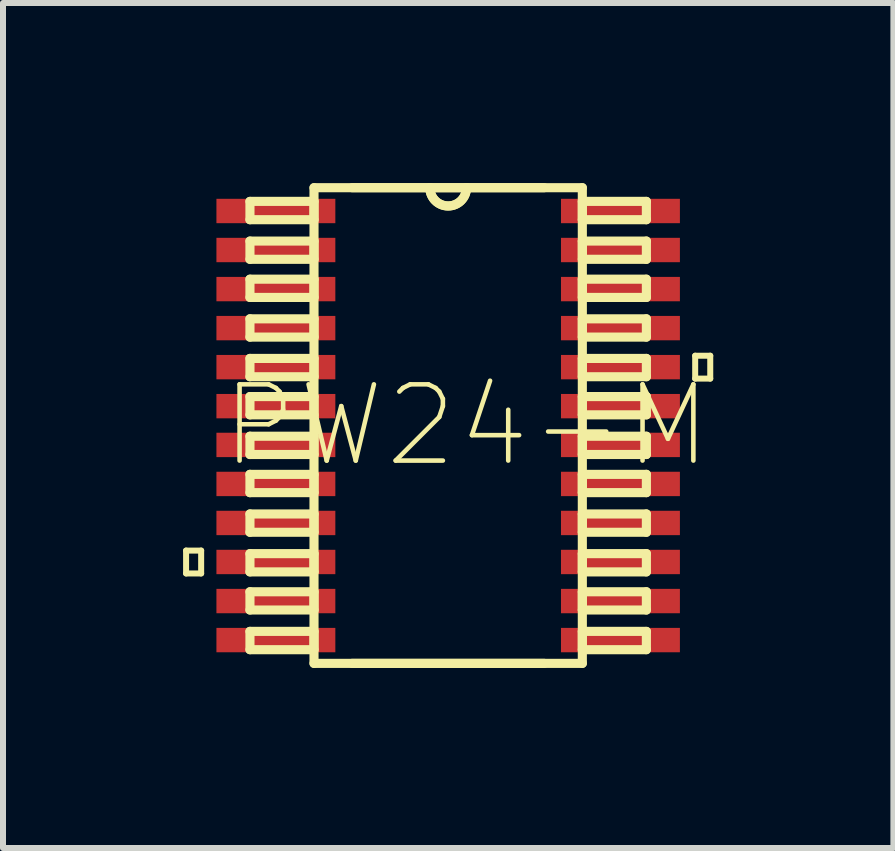
<source format=kicad_pcb>
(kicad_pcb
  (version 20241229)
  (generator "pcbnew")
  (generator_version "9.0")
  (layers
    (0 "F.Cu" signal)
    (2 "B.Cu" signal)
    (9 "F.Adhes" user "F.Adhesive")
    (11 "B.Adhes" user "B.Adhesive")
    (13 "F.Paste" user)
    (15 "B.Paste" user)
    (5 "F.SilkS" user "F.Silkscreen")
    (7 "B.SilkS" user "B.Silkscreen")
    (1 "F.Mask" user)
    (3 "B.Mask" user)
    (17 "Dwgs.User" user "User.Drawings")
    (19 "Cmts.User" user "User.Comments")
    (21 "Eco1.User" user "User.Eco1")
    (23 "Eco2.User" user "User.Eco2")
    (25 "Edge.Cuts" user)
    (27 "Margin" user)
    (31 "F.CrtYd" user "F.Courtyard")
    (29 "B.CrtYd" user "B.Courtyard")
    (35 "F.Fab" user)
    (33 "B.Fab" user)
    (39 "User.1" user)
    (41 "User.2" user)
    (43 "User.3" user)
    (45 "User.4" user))
  (footprint "PW24-M"
    (layer "F.Cu")
    (at 4.416 4.039)
    (property "Reference" "PW24-M" (at 0.305 0 0) (layer "F.SilkS") (effects (font (size 1.27 1.27) (thickness 0.076))))
    (attr smd)
    (fp_line (start -4.366 2.083) (end -4.366 2.464) (stroke (width 0.1) (type solid)) (layer "F.SilkS"))
    (fp_line (start -4.366 2.464) (end -4.115 2.464) (stroke (width 0.1) (type solid)) (layer "F.SilkS"))
    (fp_line (start -4.115 2.083) (end -4.366 2.083) (stroke (width 0.1) (type solid)) (layer "F.SilkS"))
    (fp_line (start -4.115 2.464) (end -4.115 2.083) (stroke (width 0.1) (type solid)) (layer "F.SilkS"))
    (fp_line (start -3.302 -3.734) (end -3.302 -3.429) (stroke (width 0.152) (type solid)) (layer "F.SilkS"))
    (fp_line (start -3.302 -3.429) (end -2.235 -3.429) (stroke (width 0.152) (type solid)) (layer "F.SilkS"))
    (fp_line (start -3.302 -3.073) (end -3.302 -2.769) (stroke (width 0.152) (type solid)) (layer "F.SilkS"))
    (fp_line (start -3.302 -2.769) (end -2.235 -2.769) (stroke (width 0.152) (type solid)) (layer "F.SilkS"))
    (fp_line (start -3.302 -2.438) (end -3.302 -2.134) (stroke (width 0.152) (type solid)) (layer "F.SilkS"))
    (fp_line (start -3.302 -2.134) (end -2.235 -2.134) (stroke (width 0.152) (type solid)) (layer "F.SilkS"))
    (fp_line (start -3.302 -1.778) (end -3.302 -1.473) (stroke (width 0.152) (type solid)) (layer "F.SilkS"))
    (fp_line (start -3.302 -1.473) (end -2.235 -1.473) (stroke (width 0.152) (type solid)) (layer "F.SilkS"))
    (fp_line (start -3.302 -1.118) (end -3.302 -0.813) (stroke (width 0.152) (type solid)) (layer "F.SilkS"))
    (fp_line (start -3.302 -0.813) (end -2.235 -0.813) (stroke (width 0.152) (type solid)) (layer "F.SilkS"))
    (fp_line (start -3.302 -0.483) (end -3.302 -0.178) (stroke (width 0.152) (type solid)) (layer "F.SilkS"))
    (fp_line (start -3.302 -0.178) (end -2.235 -0.178) (stroke (width 0.152) (type solid)) (layer "F.SilkS"))
    (fp_line (start -3.302 0.178) (end -3.302 0.483) (stroke (width 0.152) (type solid)) (layer "F.SilkS"))
    (fp_line (start -3.302 0.483) (end -2.235 0.483) (stroke (width 0.152) (type solid)) (layer "F.SilkS"))
    (fp_line (start -3.302 0.813) (end -3.302 1.118) (stroke (width 0.152) (type solid)) (layer "F.SilkS"))
    (fp_line (start -3.302 1.118) (end -2.235 1.118) (stroke (width 0.152) (type solid)) (layer "F.SilkS"))
    (fp_line (start -3.302 1.473) (end -3.302 1.778) (stroke (width 0.152) (type solid)) (layer "F.SilkS"))
    (fp_line (start -3.302 1.778) (end -2.235 1.778) (stroke (width 0.152) (type solid)) (layer "F.SilkS"))
    (fp_line (start -3.302 2.134) (end -3.302 2.438) (stroke (width 0.152) (type solid)) (layer "F.SilkS"))
    (fp_line (start -3.302 2.438) (end -2.235 2.438) (stroke (width 0.152) (type solid)) (layer "F.SilkS"))
    (fp_line (start -3.302 2.769) (end -3.302 3.073) (stroke (width 0.152) (type solid)) (layer "F.SilkS"))
    (fp_line (start -3.302 3.073) (end -2.235 3.073) (stroke (width 0.152) (type solid)) (layer "F.SilkS"))
    (fp_line (start -3.302 3.429) (end -3.302 3.734) (stroke (width 0.152) (type solid)) (layer "F.SilkS"))
    (fp_line (start -3.302 3.734) (end -2.235 3.734) (stroke (width 0.152) (type solid)) (layer "F.SilkS"))
    (fp_line (start -2.235 -3.962) (end -2.235 3.962) (stroke (width 0.152) (type solid)) (layer "F.SilkS"))
    (fp_line (start -2.235 -3.734) (end -3.302 -3.734) (stroke (width 0.152) (type solid)) (layer "F.SilkS"))
    (fp_line (start -2.235 -3.429) (end -2.235 -3.734) (stroke (width 0.152) (type solid)) (layer "F.SilkS"))
    (fp_line (start -2.235 -3.073) (end -3.302 -3.073) (stroke (width 0.152) (type solid)) (layer "F.SilkS"))
    (fp_line (start -2.235 -2.769) (end -2.235 -3.073) (stroke (width 0.152) (type solid)) (layer "F.SilkS"))
    (fp_line (start -2.235 -2.438) (end -3.302 -2.438) (stroke (width 0.152) (type solid)) (layer "F.SilkS"))
    (fp_line (start -2.235 -2.134) (end -2.235 -2.438) (stroke (width 0.152) (type solid)) (layer "F.SilkS"))
    (fp_line (start -2.235 -1.778) (end -3.302 -1.778) (stroke (width 0.152) (type solid)) (layer "F.SilkS"))
    (fp_line (start -2.235 -1.473) (end -2.235 -1.778) (stroke (width 0.152) (type solid)) (layer "F.SilkS"))
    (fp_line (start -2.235 -1.118) (end -3.302 -1.118) (stroke (width 0.152) (type solid)) (layer "F.SilkS"))
    (fp_line (start -2.235 -0.813) (end -2.235 -1.118) (stroke (width 0.152) (type solid)) (layer "F.SilkS"))
    (fp_line (start -2.235 -0.483) (end -3.302 -0.483) (stroke (width 0.152) (type solid)) (layer "F.SilkS"))
    (fp_line (start -2.235 -0.178) (end -2.235 -0.483) (stroke (width 0.152) (type solid)) (layer "F.SilkS"))
    (fp_line (start -2.235 0.178) (end -3.302 0.178) (stroke (width 0.152) (type solid)) (layer "F.SilkS"))
    (fp_line (start -2.235 0.483) (end -2.235 0.178) (stroke (width 0.152) (type solid)) (layer "F.SilkS"))
    (fp_line (start -2.235 0.813) (end -3.302 0.813) (stroke (width 0.152) (type solid)) (layer "F.SilkS"))
    (fp_line (start -2.235 1.118) (end -2.235 0.813) (stroke (width 0.152) (type solid)) (layer "F.SilkS"))
    (fp_line (start -2.235 1.473) (end -3.302 1.473) (stroke (width 0.152) (type solid)) (layer "F.SilkS"))
    (fp_line (start -2.235 1.778) (end -2.235 1.473) (stroke (width 0.152) (type solid)) (layer "F.SilkS"))
    (fp_line (start -2.235 2.134) (end -3.302 2.134) (stroke (width 0.152) (type solid)) (layer "F.SilkS"))
    (fp_line (start -2.235 2.438) (end -2.235 2.134) (stroke (width 0.152) (type solid)) (layer "F.SilkS"))
    (fp_line (start -2.235 2.769) (end -3.302 2.769) (stroke (width 0.152) (type solid)) (layer "F.SilkS"))
    (fp_line (start -2.235 3.073) (end -2.235 2.769) (stroke (width 0.152) (type solid)) (layer "F.SilkS"))
    (fp_line (start -2.235 3.429) (end -3.302 3.429) (stroke (width 0.152) (type solid)) (layer "F.SilkS"))
    (fp_line (start -2.235 3.734) (end -2.235 3.429) (stroke (width 0.152) (type solid)) (layer "F.SilkS"))
    (fp_line (start -2.235 3.962) (end 2.235 3.962) (stroke (width 0.152) (type solid)) (layer "F.SilkS"))
    (fp_line (start -1.6 3.962) (end 1.6 3.962) (stroke (width 0.152) (type solid)) (layer "F.SilkS"))
    (fp_line (start -0.305 -3.962) (end -2.235 -3.962) (stroke (width 0.152) (type solid)) (layer "F.SilkS"))
    (fp_line (start -0.305 -3.962) (end -1.6 -3.962) (stroke (width 0.152) (type solid)) (layer "F.SilkS"))
    (fp_line (start 0.305 -3.962) (end -0.305 -3.962) (stroke (width 0.152) (type solid)) (layer "F.SilkS"))
    (fp_line (start 0.305 -3.962) (end -0.305 -3.962) (stroke (width 0.152) (type solid)) (layer "F.SilkS"))
    (fp_line (start 1.6 -3.962) (end 0.305 -3.962) (stroke (width 0.152) (type solid)) (layer "F.SilkS"))
    (fp_line (start 2.235 -3.962) (end 0.305 -3.962) (stroke (width 0.152) (type solid)) (layer "F.SilkS"))
    (fp_line (start 2.235 -3.734) (end 2.235 -3.429) (stroke (width 0.152) (type solid)) (layer "F.SilkS"))
    (fp_line (start 2.235 -3.429) (end 3.302 -3.429) (stroke (width 0.152) (type solid)) (layer "F.SilkS"))
    (fp_line (start 2.235 -3.073) (end 2.235 -2.769) (stroke (width 0.152) (type solid)) (layer "F.SilkS"))
    (fp_line (start 2.235 -2.769) (end 3.302 -2.769) (stroke (width 0.152) (type solid)) (layer "F.SilkS"))
    (fp_line (start 2.235 -2.438) (end 2.235 -2.134) (stroke (width 0.152) (type solid)) (layer "F.SilkS"))
    (fp_line (start 2.235 -2.134) (end 3.302 -2.134) (stroke (width 0.152) (type solid)) (layer "F.SilkS"))
    (fp_line (start 2.235 -1.778) (end 2.235 -1.473) (stroke (width 0.152) (type solid)) (layer "F.SilkS"))
    (fp_line (start 2.235 -1.473) (end 3.302 -1.473) (stroke (width 0.152) (type solid)) (layer "F.SilkS"))
    (fp_line (start 2.235 -1.118) (end 2.235 -0.813) (stroke (width 0.152) (type solid)) (layer "F.SilkS"))
    (fp_line (start 2.235 -0.813) (end 3.302 -0.813) (stroke (width 0.152) (type solid)) (layer "F.SilkS"))
    (fp_line (start 2.235 -0.483) (end 2.235 -0.178) (stroke (width 0.152) (type solid)) (layer "F.SilkS"))
    (fp_line (start 2.235 -0.178) (end 3.302 -0.178) (stroke (width 0.152) (type solid)) (layer "F.SilkS"))
    (fp_line (start 2.235 0.178) (end 2.235 0.483) (stroke (width 0.152) (type solid)) (layer "F.SilkS"))
    (fp_line (start 2.235 0.483) (end 3.302 0.483) (stroke (width 0.152) (type solid)) (layer "F.SilkS"))
    (fp_line (start 2.235 0.813) (end 2.235 1.118) (stroke (width 0.152) (type solid)) (layer "F.SilkS"))
    (fp_line (start 2.235 1.118) (end 3.302 1.118) (stroke (width 0.152) (type solid)) (layer "F.SilkS"))
    (fp_line (start 2.235 1.473) (end 2.235 1.778) (stroke (width 0.152) (type solid)) (layer "F.SilkS"))
    (fp_line (start 2.235 1.778) (end 3.302 1.778) (stroke (width 0.152) (type solid)) (layer "F.SilkS"))
    (fp_line (start 2.235 2.134) (end 2.235 2.438) (stroke (width 0.152) (type solid)) (layer "F.SilkS"))
    (fp_line (start 2.235 2.438) (end 3.302 2.438) (stroke (width 0.152) (type solid)) (layer "F.SilkS"))
    (fp_line (start 2.235 2.769) (end 2.235 3.073) (stroke (width 0.152) (type solid)) (layer "F.SilkS"))
    (fp_line (start 2.235 3.073) (end 3.302 3.073) (stroke (width 0.152) (type solid)) (layer "F.SilkS"))
    (fp_line (start 2.235 3.429) (end 2.235 3.734) (stroke (width 0.152) (type solid)) (layer "F.SilkS"))
    (fp_line (start 2.235 3.734) (end 3.302 3.734) (stroke (width 0.152) (type solid)) (layer "F.SilkS"))
    (fp_line (start 2.235 3.962) (end 2.235 -3.962) (stroke (width 0.152) (type solid)) (layer "F.SilkS"))
    (fp_line (start 3.302 -3.734) (end 2.235 -3.734) (stroke (width 0.152) (type solid)) (layer "F.SilkS"))
    (fp_line (start 3.302 -3.429) (end 3.302 -3.734) (stroke (width 0.152) (type solid)) (layer "F.SilkS"))
    (fp_line (start 3.302 -3.073) (end 2.235 -3.073) (stroke (width 0.152) (type solid)) (layer "F.SilkS"))
    (fp_line (start 3.302 -2.769) (end 3.302 -3.073) (stroke (width 0.152) (type solid)) (layer "F.SilkS"))
    (fp_line (start 3.302 -2.438) (end 2.235 -2.438) (stroke (width 0.152) (type solid)) (layer "F.SilkS"))
    (fp_line (start 3.302 -2.134) (end 3.302 -2.438) (stroke (width 0.152) (type solid)) (layer "F.SilkS"))
    (fp_line (start 3.302 -1.778) (end 2.235 -1.778) (stroke (width 0.152) (type solid)) (layer "F.SilkS"))
    (fp_line (start 3.302 -1.473) (end 3.302 -1.778) (stroke (width 0.152) (type solid)) (layer "F.SilkS"))
    (fp_line (start 3.302 -1.118) (end 2.235 -1.118) (stroke (width 0.152) (type solid)) (layer "F.SilkS"))
    (fp_line (start 3.302 -0.813) (end 3.302 -1.118) (stroke (width 0.152) (type solid)) (layer "F.SilkS"))
    (fp_line (start 3.302 -0.483) (end 2.235 -0.483) (stroke (width 0.152) (type solid)) (layer "F.SilkS"))
    (fp_line (start 3.302 -0.178) (end 3.302 -0.483) (stroke (width 0.152) (type solid)) (layer "F.SilkS"))
    (fp_line (start 3.302 0.178) (end 2.235 0.178) (stroke (width 0.152) (type solid)) (layer "F.SilkS"))
    (fp_line (start 3.302 0.483) (end 3.302 0.178) (stroke (width 0.152) (type solid)) (layer "F.SilkS"))
    (fp_line (start 3.302 0.813) (end 2.235 0.813) (stroke (width 0.152) (type solid)) (layer "F.SilkS"))
    (fp_line (start 3.302 1.118) (end 3.302 0.813) (stroke (width 0.152) (type solid)) (layer "F.SilkS"))
    (fp_line (start 3.302 1.473) (end 2.235 1.473) (stroke (width 0.152) (type solid)) (layer "F.SilkS"))
    (fp_line (start 3.302 1.778) (end 3.302 1.473) (stroke (width 0.152) (type solid)) (layer "F.SilkS"))
    (fp_line (start 3.302 2.134) (end 2.235 2.134) (stroke (width 0.152) (type solid)) (layer "F.SilkS"))
    (fp_line (start 3.302 2.438) (end 3.302 2.134) (stroke (width 0.152) (type solid)) (layer "F.SilkS"))
    (fp_line (start 3.302 2.769) (end 2.235 2.769) (stroke (width 0.152) (type solid)) (layer "F.SilkS"))
    (fp_line (start 3.302 3.073) (end 3.302 2.769) (stroke (width 0.152) (type solid)) (layer "F.SilkS"))
    (fp_line (start 3.302 3.429) (end 2.235 3.429) (stroke (width 0.152) (type solid)) (layer "F.SilkS"))
    (fp_line (start 3.302 3.734) (end 3.302 3.429) (stroke (width 0.152) (type solid)) (layer "F.SilkS"))
    (fp_line (start 4.115 -1.163) (end 4.366 -1.163) (stroke (width 0.1) (type solid)) (layer "F.SilkS"))
    (fp_line (start 4.115 -0.782) (end 4.115 -1.163) (stroke (width 0.1) (type solid)) (layer "F.SilkS"))
    (fp_line (start 4.366 -1.163) (end 4.366 -0.782) (stroke (width 0.1) (type solid)) (layer "F.SilkS"))
    (fp_line (start 4.366 -0.782) (end 4.115 -0.782) (stroke (width 0.1) (type solid)) (layer "F.SilkS"))
    (fp_arc (start 0.3048 -3.9624) (mid 0 -3.6576) (end -0.3048 -3.9624) (stroke (width 0.1524) (type solid)) (layer "F.SilkS"))
    (fp_arc (start 0.3048 -3.9624) (mid 0 -3.6576) (end -0.3048 -3.9624) (stroke (width 0.1524) (type solid)) (layer "F.SilkS"))
    (pad "1" smd rect (at -2.87 -3.574) (size 1.981 0.406) (layers "F.Cu" "F.Mask" "F.Paste"))
    (pad "2" smd rect (at -2.87 -2.924) (size 1.981 0.406) (layers "F.Cu" "F.Mask" "F.Paste"))
    (pad "3" smd rect (at -2.87 -2.273) (size 1.981 0.406) (layers "F.Cu" "F.Mask" "F.Paste"))
    (pad "4" smd rect (at -2.87 -1.623) (size 1.981 0.406) (layers "F.Cu" "F.Mask" "F.Paste"))
    (pad "5" smd rect (at -2.87 -0.973) (size 1.981 0.406) (layers "F.Cu" "F.Mask" "F.Paste"))
    (pad "6" smd rect (at -2.87 -0.323) (size 1.981 0.406) (layers "F.Cu" "F.Mask" "F.Paste"))
    (pad "7" smd rect (at -2.87 0.323) (size 1.981 0.406) (layers "F.Cu" "F.Mask" "F.Paste"))
    (pad "8" smd rect (at -2.87 0.973) (size 1.981 0.406) (layers "F.Cu" "F.Mask" "F.Paste"))
    (pad "9" smd rect (at -2.87 1.623) (size 1.981 0.406) (layers "F.Cu" "F.Mask" "F.Paste"))
    (pad "10" smd rect (at -2.87 2.273) (size 1.981 0.406) (layers "F.Cu" "F.Mask" "F.Paste"))
    (pad "11" smd rect (at -2.87 2.924) (size 1.981 0.406) (layers "F.Cu" "F.Mask" "F.Paste"))
    (pad "12" smd rect (at -2.87 3.574) (size 1.981 0.406) (layers "F.Cu" "F.Mask" "F.Paste"))
    (pad "13" smd rect (at 2.87 3.574) (size 1.981 0.406) (layers "F.Cu" "F.Mask" "F.Paste"))
    (pad "14" smd rect (at 2.87 2.924) (size 1.981 0.406) (layers "F.Cu" "F.Mask" "F.Paste"))
    (pad "15" smd rect (at 2.87 2.273) (size 1.981 0.406) (layers "F.Cu" "F.Mask" "F.Paste"))
    (pad "16" smd rect (at 2.87 1.623) (size 1.981 0.406) (layers "F.Cu" "F.Mask" "F.Paste"))
    (pad "17" smd rect (at 2.87 0.973) (size 1.981 0.406) (layers "F.Cu" "F.Mask" "F.Paste"))
    (pad "18" smd rect (at 2.87 0.323) (size 1.981 0.406) (layers "F.Cu" "F.Mask" "F.Paste"))
    (pad "19" smd rect (at 2.87 -0.323) (size 1.981 0.406) (layers "F.Cu" "F.Mask" "F.Paste"))
    (pad "20" smd rect (at 2.87 -0.973) (size 1.981 0.406) (layers "F.Cu" "F.Mask" "F.Paste"))
    (pad "21" smd rect (at 2.87 -1.623) (size 1.981 0.406) (layers "F.Cu" "F.Mask" "F.Paste"))
    (pad "22" smd rect (at 2.87 -2.273) (size 1.981 0.406) (layers "F.Cu" "F.Mask" "F.Paste"))
    (pad "23" smd rect (at 2.87 -2.924) (size 1.981 0.406) (layers "F.Cu" "F.Mask" "F.Paste"))
    (pad "24" smd rect (at 2.87 -3.574) (size 1.981 0.406) (layers "F.Cu" "F.Mask" "F.Paste")))
  (gr_rect
    (start -3 -3)
    (end 11.833 11.077)
    (stroke (width 0.1) (type default))
    (fill no)
    (layer "Edge.Cuts")))
</source>
